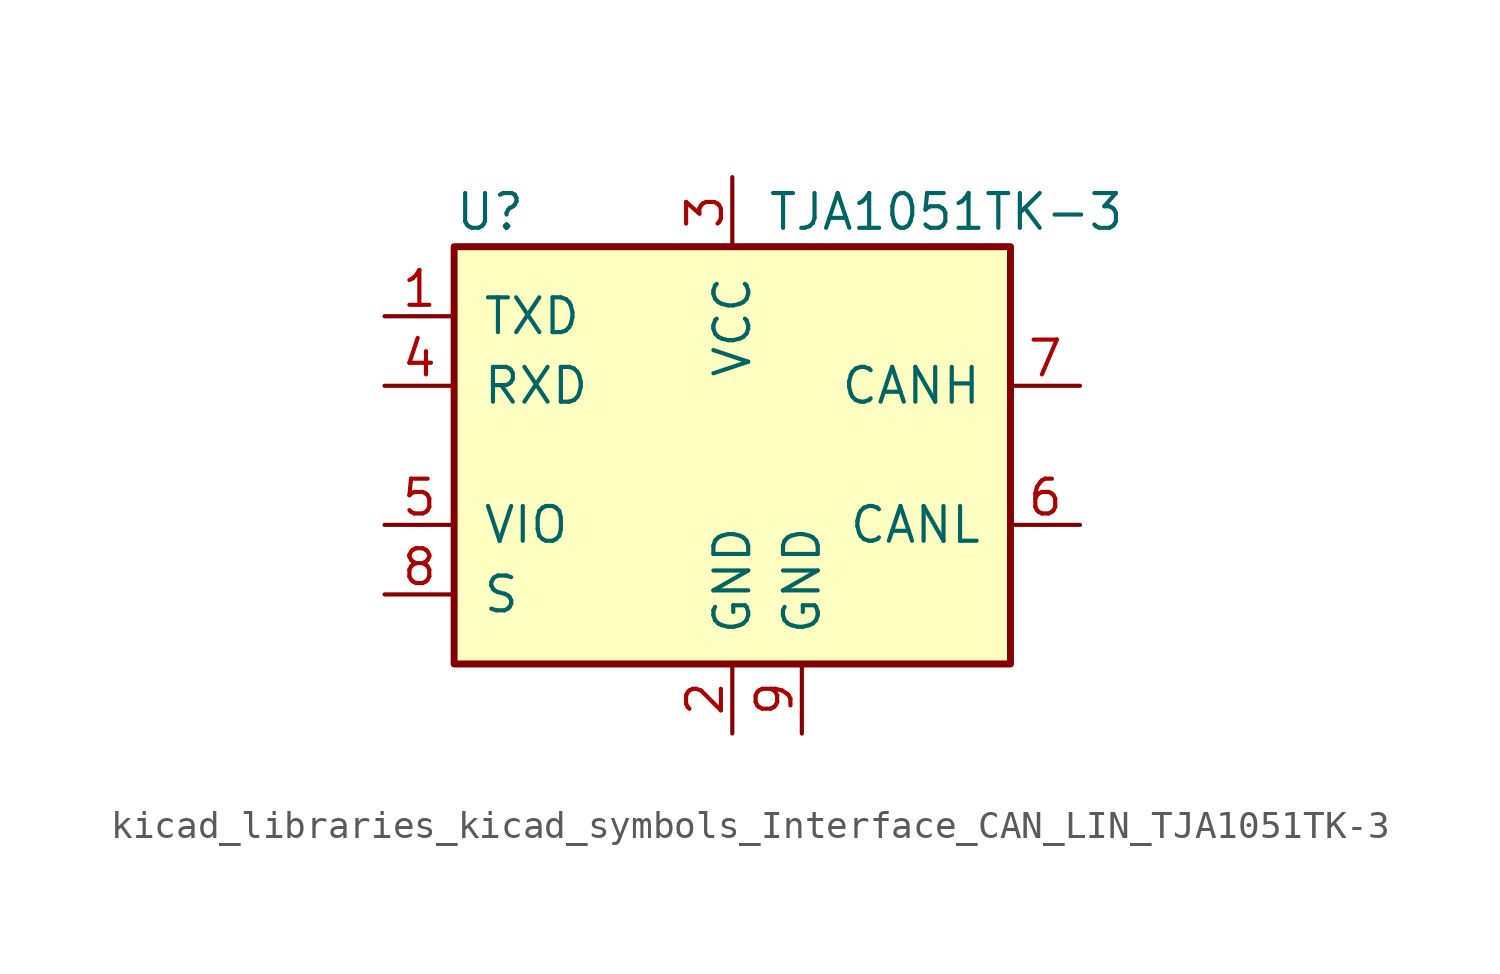
<source format=kicad_sym>
(kicad_symbol_lib
  (version 20220914)
  (generator kicad_symbol_editor)
  (symbol "kicad_libraries_kicad_symbols_Interface_CAN_LIN_TJA1051TK-3"
    (pin_names
      (offset 1.016))
    (property "Reference" "U"
      (at -10.16 8.89 0)
      (effects (font (size 1.27 1.27)) (justify left)))
    (property "Value" "TJA1051TK-3"
      (at 1.27 8.89 0)
      (effects (font (size 1.27 1.27)) (justify left)))
    (symbol "kicad_libraries_kicad_symbols_Interface_CAN_LIN_TJA1051TK-3_0_1"
      (rectangle (start -10.16 7.62) (end 10.16 -7.62) (stroke (width 0.254) (type default)) (fill (type background))))
    (symbol "kicad_libraries_kicad_symbols_Interface_CAN_LIN_TJA1051TK-3_1_1"
      (pin input line (at -12.7 5.08 0) (length 2.54) (name "TXD" (effects (font (size 1.27 1.27)))) (number "1" (effects (font (size 1.27 1.27)))))
      (pin power_in line (at 0 -10.16 90) (length 2.54) (name "GND" (effects (font (size 1.27 1.27)))) (number "2" (effects (font (size 1.27 1.27)))))
      (pin power_in line (at 0 10.16 270) (length 2.54) (name "VCC" (effects (font (size 1.27 1.27)))) (number "3" (effects (font (size 1.27 1.27)))))
      (pin output line (at -12.7 2.54 0) (length 2.54) (name "RXD" (effects (font (size 1.27 1.27)))) (number "4" (effects (font (size 1.27 1.27)))))
      (pin power_in line (at -12.7 -2.54 0) (length 2.54) (name "VIO" (effects (font (size 1.27 1.27)))) (number "5" (effects (font (size 1.27 1.27)))))
      (pin bidirectional line (at 12.7 -2.54 180) (length 2.54) (name "CANL" (effects (font (size 1.27 1.27)))) (number "6" (effects (font (size 1.27 1.27)))))
      (pin bidirectional line (at 12.7 2.54 180) (length 2.54) (name "CANH" (effects (font (size 1.27 1.27)))) (number "7" (effects (font (size 1.27 1.27)))))
      (pin input line (at -12.7 -5.08 0) (length 2.54) (name "S" (effects (font (size 1.27 1.27)))) (number "8" (effects (font (size 1.27 1.27)))))
      (pin power_in line (at 2.54 -10.16 90) (length 2.54) (name "GND" (effects (font (size 1.27 1.27)))) (number "9" (effects (font (size 1.27 1.27))))))))
</source>
